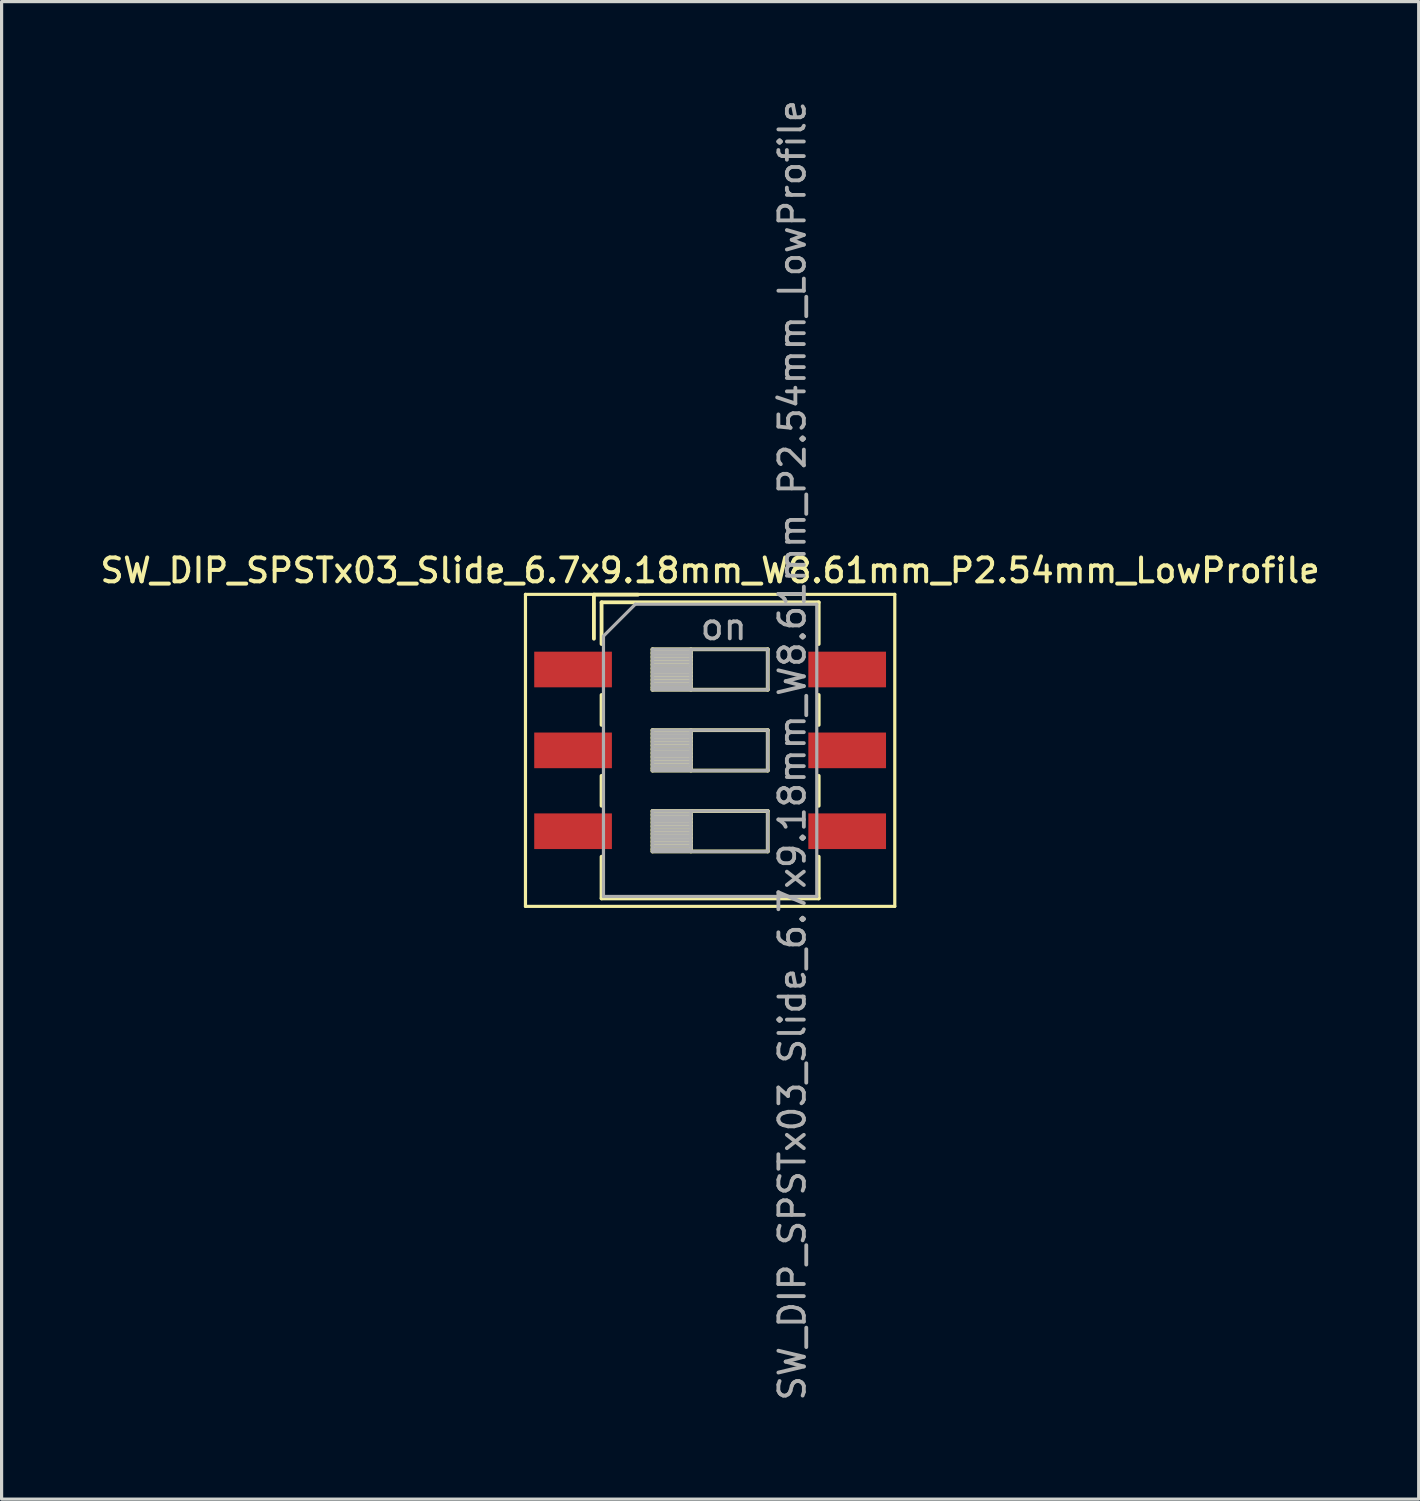
<source format=kicad_pcb>
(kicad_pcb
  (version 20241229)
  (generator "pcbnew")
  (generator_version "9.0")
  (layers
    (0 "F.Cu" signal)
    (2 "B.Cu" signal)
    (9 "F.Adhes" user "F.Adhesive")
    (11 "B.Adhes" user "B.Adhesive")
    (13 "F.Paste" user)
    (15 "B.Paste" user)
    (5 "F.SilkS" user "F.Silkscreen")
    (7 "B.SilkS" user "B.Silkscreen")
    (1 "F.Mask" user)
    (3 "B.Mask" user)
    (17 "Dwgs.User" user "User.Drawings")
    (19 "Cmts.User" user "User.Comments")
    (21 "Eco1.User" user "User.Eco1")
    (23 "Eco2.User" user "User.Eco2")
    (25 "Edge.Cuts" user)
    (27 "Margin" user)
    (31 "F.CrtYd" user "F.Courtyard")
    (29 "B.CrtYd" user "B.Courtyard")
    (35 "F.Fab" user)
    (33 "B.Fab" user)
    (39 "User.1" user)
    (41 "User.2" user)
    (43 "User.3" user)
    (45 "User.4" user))
  (footprint "SW_DIP_SPSTx03_Slide_6.7x9.18mm_W8.61mm_P2.54mm_LowProfile"
    (layer "F.Cu")
    (at 19.255 20.519)
    (property "Reference" "SW_DIP_SPSTx03_Slide_6.7x9.18mm_W8.61mm_P2.54mm_LowProfile" (at 0 -5.65 0) (layer "F.SilkS") (effects (font (size 0.75 0.75) (thickness 0.125))))
    (attr smd)
    (fp_line (start -5.8 -4.9) (end -5.8 4.9) (stroke (width 0.1) (type solid)) (layer "F.SilkS"))
    (fp_line (start -5.8 4.9) (end 5.8 4.9) (stroke (width 0.1) (type solid)) (layer "F.SilkS"))
    (fp_line (start -3.65 -4.89) (end -3.65 -3.507) (stroke (width 0.12) (type solid)) (layer "F.SilkS"))
    (fp_line (start -3.65 -4.89) (end -2.267 -4.89) (stroke (width 0.12) (type solid)) (layer "F.SilkS"))
    (fp_line (start -3.41 -4.65) (end -3.41 -3.34) (stroke (width 0.12) (type solid)) (layer "F.SilkS"))
    (fp_line (start -3.41 -4.65) (end 3.41 -4.65) (stroke (width 0.12) (type solid)) (layer "F.SilkS"))
    (fp_line (start -3.41 -1.74) (end -3.41 -0.8) (stroke (width 0.12) (type solid)) (layer "F.SilkS"))
    (fp_line (start -3.41 0.8) (end -3.41 1.74) (stroke (width 0.12) (type solid)) (layer "F.SilkS"))
    (fp_line (start -3.41 3.34) (end -3.41 4.65) (stroke (width 0.12) (type solid)) (layer "F.SilkS"))
    (fp_line (start -3.41 4.65) (end 3.41 4.65) (stroke (width 0.12) (type solid)) (layer "F.SilkS"))
    (fp_line (start -1.81 -3.175) (end -1.81 -1.905) (stroke (width 0.12) (type solid)) (layer "F.SilkS"))
    (fp_line (start -1.81 -3.055) (end -0.603 -3.055) (stroke (width 0.12) (type solid)) (layer "F.SilkS"))
    (fp_line (start -1.81 -2.935) (end -0.603 -2.935) (stroke (width 0.12) (type solid)) (layer "F.SilkS"))
    (fp_line (start -1.81 -2.815) (end -0.603 -2.815) (stroke (width 0.12) (type solid)) (layer "F.SilkS"))
    (fp_line (start -1.81 -2.695) (end -0.603 -2.695) (stroke (width 0.12) (type solid)) (layer "F.SilkS"))
    (fp_line (start -1.81 -2.575) (end -0.603 -2.575) (stroke (width 0.12) (type solid)) (layer "F.SilkS"))
    (fp_line (start -1.81 -2.455) (end -0.603 -2.455) (stroke (width 0.12) (type solid)) (layer "F.SilkS"))
    (fp_line (start -1.81 -2.335) (end -0.603 -2.335) (stroke (width 0.12) (type solid)) (layer "F.SilkS"))
    (fp_line (start -1.81 -2.215) (end -0.603 -2.215) (stroke (width 0.12) (type solid)) (layer "F.SilkS"))
    (fp_line (start -1.81 -2.095) (end -0.603 -2.095) (stroke (width 0.12) (type solid)) (layer "F.SilkS"))
    (fp_line (start -1.81 -1.975) (end -0.603 -1.975) (stroke (width 0.12) (type solid)) (layer "F.SilkS"))
    (fp_line (start -1.81 -1.905) (end 1.81 -1.905) (stroke (width 0.12) (type solid)) (layer "F.SilkS"))
    (fp_line (start -1.81 -0.635) (end -1.81 0.635) (stroke (width 0.12) (type solid)) (layer "F.SilkS"))
    (fp_line (start -1.81 -0.515) (end -0.603 -0.515) (stroke (width 0.12) (type solid)) (layer "F.SilkS"))
    (fp_line (start -1.81 -0.395) (end -0.603 -0.395) (stroke (width 0.12) (type solid)) (layer "F.SilkS"))
    (fp_line (start -1.81 -0.275) (end -0.603 -0.275) (stroke (width 0.12) (type solid)) (layer "F.SilkS"))
    (fp_line (start -1.81 -0.155) (end -0.603 -0.155) (stroke (width 0.12) (type solid)) (layer "F.SilkS"))
    (fp_line (start -1.81 -0.035) (end -0.603 -0.035) (stroke (width 0.12) (type solid)) (layer "F.SilkS"))
    (fp_line (start -1.81 0.085) (end -0.603 0.085) (stroke (width 0.12) (type solid)) (layer "F.SilkS"))
    (fp_line (start -1.81 0.205) (end -0.603 0.205) (stroke (width 0.12) (type solid)) (layer "F.SilkS"))
    (fp_line (start -1.81 0.325) (end -0.603 0.325) (stroke (width 0.12) (type solid)) (layer "F.SilkS"))
    (fp_line (start -1.81 0.445) (end -0.603 0.445) (stroke (width 0.12) (type solid)) (layer "F.SilkS"))
    (fp_line (start -1.81 0.565) (end -0.603 0.565) (stroke (width 0.12) (type solid)) (layer "F.SilkS"))
    (fp_line (start -1.81 0.635) (end 1.81 0.635) (stroke (width 0.12) (type solid)) (layer "F.SilkS"))
    (fp_line (start -1.81 1.905) (end -1.81 3.175) (stroke (width 0.12) (type solid)) (layer "F.SilkS"))
    (fp_line (start -1.81 2.025) (end -0.603 2.025) (stroke (width 0.12) (type solid)) (layer "F.SilkS"))
    (fp_line (start -1.81 2.145) (end -0.603 2.145) (stroke (width 0.12) (type solid)) (layer "F.SilkS"))
    (fp_line (start -1.81 2.265) (end -0.603 2.265) (stroke (width 0.12) (type solid)) (layer "F.SilkS"))
    (fp_line (start -1.81 2.385) (end -0.603 2.385) (stroke (width 0.12) (type solid)) (layer "F.SilkS"))
    (fp_line (start -1.81 2.505) (end -0.603 2.505) (stroke (width 0.12) (type solid)) (layer "F.SilkS"))
    (fp_line (start -1.81 2.625) (end -0.603 2.625) (stroke (width 0.12) (type solid)) (layer "F.SilkS"))
    (fp_line (start -1.81 2.745) (end -0.603 2.745) (stroke (width 0.12) (type solid)) (layer "F.SilkS"))
    (fp_line (start -1.81 2.865) (end -0.603 2.865) (stroke (width 0.12) (type solid)) (layer "F.SilkS"))
    (fp_line (start -1.81 2.985) (end -0.603 2.985) (stroke (width 0.12) (type solid)) (layer "F.SilkS"))
    (fp_line (start -1.81 3.105) (end -0.603 3.105) (stroke (width 0.12) (type solid)) (layer "F.SilkS"))
    (fp_line (start -1.81 3.175) (end 1.81 3.175) (stroke (width 0.12) (type solid)) (layer "F.SilkS"))
    (fp_line (start -0.603 -3.175) (end -0.603 -1.905) (stroke (width 0.12) (type solid)) (layer "F.SilkS"))
    (fp_line (start -0.603 -0.635) (end -0.603 0.635) (stroke (width 0.12) (type solid)) (layer "F.SilkS"))
    (fp_line (start -0.603 1.905) (end -0.603 3.175) (stroke (width 0.12) (type solid)) (layer "F.SilkS"))
    (fp_line (start 1.81 -3.175) (end -1.81 -3.175) (stroke (width 0.12) (type solid)) (layer "F.SilkS"))
    (fp_line (start 1.81 -1.905) (end 1.81 -3.175) (stroke (width 0.12) (type solid)) (layer "F.SilkS"))
    (fp_line (start 1.81 -0.635) (end -1.81 -0.635) (stroke (width 0.12) (type solid)) (layer "F.SilkS"))
    (fp_line (start 1.81 0.635) (end 1.81 -0.635) (stroke (width 0.12) (type solid)) (layer "F.SilkS"))
    (fp_line (start 1.81 1.905) (end -1.81 1.905) (stroke (width 0.12) (type solid)) (layer "F.SilkS"))
    (fp_line (start 1.81 3.175) (end 1.81 1.905) (stroke (width 0.12) (type solid)) (layer "F.SilkS"))
    (fp_line (start 3.41 -4.65) (end 3.41 -3.34) (stroke (width 0.12) (type solid)) (layer "F.SilkS"))
    (fp_line (start 3.41 -1.74) (end 3.41 -0.8) (stroke (width 0.12) (type solid)) (layer "F.SilkS"))
    (fp_line (start 3.41 0.8) (end 3.41 1.74) (stroke (width 0.12) (type solid)) (layer "F.SilkS"))
    (fp_line (start 3.41 3.34) (end 3.41 4.65) (stroke (width 0.12) (type solid)) (layer "F.SilkS"))
    (fp_line (start 5.8 -4.9) (end -5.8 -4.9) (stroke (width 0.1) (type solid)) (layer "F.SilkS"))
    (fp_line (start 5.8 4.9) (end 5.8 -4.9) (stroke (width 0.1) (type solid)) (layer "F.SilkS"))
    (fp_line (start -3.35 -3.59) (end -2.35 -4.59) (stroke (width 0.1) (type solid)) (layer "F.Fab"))
    (fp_line (start -3.35 4.59) (end -3.35 -3.59) (stroke (width 0.1) (type solid)) (layer "F.Fab"))
    (fp_line (start -2.35 -4.59) (end 3.35 -4.59) (stroke (width 0.1) (type solid)) (layer "F.Fab"))
    (fp_line (start -1.81 -3.175) (end -1.81 -1.905) (stroke (width 0.1) (type solid)) (layer "F.Fab"))
    (fp_line (start -1.81 -3.075) (end -0.603 -3.075) (stroke (width 0.1) (type solid)) (layer "F.Fab"))
    (fp_line (start -1.81 -2.975) (end -0.603 -2.975) (stroke (width 0.1) (type solid)) (layer "F.Fab"))
    (fp_line (start -1.81 -2.875) (end -0.603 -2.875) (stroke (width 0.1) (type solid)) (layer "F.Fab"))
    (fp_line (start -1.81 -2.775) (end -0.603 -2.775) (stroke (width 0.1) (type solid)) (layer "F.Fab"))
    (fp_line (start -1.81 -2.675) (end -0.603 -2.675) (stroke (width 0.1) (type solid)) (layer "F.Fab"))
    (fp_line (start -1.81 -2.575) (end -0.603 -2.575) (stroke (width 0.1) (type solid)) (layer "F.Fab"))
    (fp_line (start -1.81 -2.475) (end -0.603 -2.475) (stroke (width 0.1) (type solid)) (layer "F.Fab"))
    (fp_line (start -1.81 -2.375) (end -0.603 -2.375) (stroke (width 0.1) (type solid)) (layer "F.Fab"))
    (fp_line (start -1.81 -2.275) (end -0.603 -2.275) (stroke (width 0.1) (type solid)) (layer "F.Fab"))
    (fp_line (start -1.81 -2.175) (end -0.603 -2.175) (stroke (width 0.1) (type solid)) (layer "F.Fab"))
    (fp_line (start -1.81 -2.075) (end -0.603 -2.075) (stroke (width 0.1) (type solid)) (layer "F.Fab"))
    (fp_line (start -1.81 -1.975) (end -0.603 -1.975) (stroke (width 0.1) (type solid)) (layer "F.Fab"))
    (fp_line (start -1.81 -1.905) (end 1.81 -1.905) (stroke (width 0.1) (type solid)) (layer "F.Fab"))
    (fp_line (start -1.81 -0.635) (end -1.81 0.635) (stroke (width 0.1) (type solid)) (layer "F.Fab"))
    (fp_line (start -1.81 -0.535) (end -0.603 -0.535) (stroke (width 0.1) (type solid)) (layer "F.Fab"))
    (fp_line (start -1.81 -0.435) (end -0.603 -0.435) (stroke (width 0.1) (type solid)) (layer "F.Fab"))
    (fp_line (start -1.81 -0.335) (end -0.603 -0.335) (stroke (width 0.1) (type solid)) (layer "F.Fab"))
    (fp_line (start -1.81 -0.235) (end -0.603 -0.235) (stroke (width 0.1) (type solid)) (layer "F.Fab"))
    (fp_line (start -1.81 -0.135) (end -0.603 -0.135) (stroke (width 0.1) (type solid)) (layer "F.Fab"))
    (fp_line (start -1.81 -0.035) (end -0.603 -0.035) (stroke (width 0.1) (type solid)) (layer "F.Fab"))
    (fp_line (start -1.81 0.065) (end -0.603 0.065) (stroke (width 0.1) (type solid)) (layer "F.Fab"))
    (fp_line (start -1.81 0.165) (end -0.603 0.165) (stroke (width 0.1) (type solid)) (layer "F.Fab"))
    (fp_line (start -1.81 0.265) (end -0.603 0.265) (stroke (width 0.1) (type solid)) (layer "F.Fab"))
    (fp_line (start -1.81 0.365) (end -0.603 0.365) (stroke (width 0.1) (type solid)) (layer "F.Fab"))
    (fp_line (start -1.81 0.465) (end -0.603 0.465) (stroke (width 0.1) (type solid)) (layer "F.Fab"))
    (fp_line (start -1.81 0.565) (end -0.603 0.565) (stroke (width 0.1) (type solid)) (layer "F.Fab"))
    (fp_line (start -1.81 0.635) (end 1.81 0.635) (stroke (width 0.1) (type solid)) (layer "F.Fab"))
    (fp_line (start -1.81 1.905) (end -1.81 3.175) (stroke (width 0.1) (type solid)) (layer "F.Fab"))
    (fp_line (start -1.81 2.005) (end -0.603 2.005) (stroke (width 0.1) (type solid)) (layer "F.Fab"))
    (fp_line (start -1.81 2.105) (end -0.603 2.105) (stroke (width 0.1) (type solid)) (layer "F.Fab"))
    (fp_line (start -1.81 2.205) (end -0.603 2.205) (stroke (width 0.1) (type solid)) (layer "F.Fab"))
    (fp_line (start -1.81 2.305) (end -0.603 2.305) (stroke (width 0.1) (type solid)) (layer "F.Fab"))
    (fp_line (start -1.81 2.405) (end -0.603 2.405) (stroke (width 0.1) (type solid)) (layer "F.Fab"))
    (fp_line (start -1.81 2.505) (end -0.603 2.505) (stroke (width 0.1) (type solid)) (layer "F.Fab"))
    (fp_line (start -1.81 2.605) (end -0.603 2.605) (stroke (width 0.1) (type solid)) (layer "F.Fab"))
    (fp_line (start -1.81 2.705) (end -0.603 2.705) (stroke (width 0.1) (type solid)) (layer "F.Fab"))
    (fp_line (start -1.81 2.805) (end -0.603 2.805) (stroke (width 0.1) (type solid)) (layer "F.Fab"))
    (fp_line (start -1.81 2.905) (end -0.603 2.905) (stroke (width 0.1) (type solid)) (layer "F.Fab"))
    (fp_line (start -1.81 3.005) (end -0.603 3.005) (stroke (width 0.1) (type solid)) (layer "F.Fab"))
    (fp_line (start -1.81 3.105) (end -0.603 3.105) (stroke (width 0.1) (type solid)) (layer "F.Fab"))
    (fp_line (start -1.81 3.175) (end 1.81 3.175) (stroke (width 0.1) (type solid)) (layer "F.Fab"))
    (fp_line (start -0.603 -3.175) (end -0.603 -1.905) (stroke (width 0.1) (type solid)) (layer "F.Fab"))
    (fp_line (start -0.603 -0.635) (end -0.603 0.635) (stroke (width 0.1) (type solid)) (layer "F.Fab"))
    (fp_line (start -0.603 1.905) (end -0.603 3.175) (stroke (width 0.1) (type solid)) (layer "F.Fab"))
    (fp_line (start 1.81 -3.175) (end -1.81 -3.175) (stroke (width 0.1) (type solid)) (layer "F.Fab"))
    (fp_line (start 1.81 -1.905) (end 1.81 -3.175) (stroke (width 0.1) (type solid)) (layer "F.Fab"))
    (fp_line (start 1.81 -0.635) (end -1.81 -0.635) (stroke (width 0.1) (type solid)) (layer "F.Fab"))
    (fp_line (start 1.81 0.635) (end 1.81 -0.635) (stroke (width 0.1) (type solid)) (layer "F.Fab"))
    (fp_line (start 1.81 1.905) (end -1.81 1.905) (stroke (width 0.1) (type solid)) (layer "F.Fab"))
    (fp_line (start 1.81 3.175) (end 1.81 1.905) (stroke (width 0.1) (type solid)) (layer "F.Fab"))
    (fp_line (start 3.35 -4.59) (end 3.35 4.59) (stroke (width 0.1) (type solid)) (layer "F.Fab"))
    (fp_line (start 3.35 4.59) (end -3.35 4.59) (stroke (width 0.1) (type solid)) (layer "F.Fab"))
    (fp_text user "on" (at 0.427 -3.882 0) (layer "F.Fab") (effects (font (size 0.8 0.8) (thickness 0.12))))
    (fp_text user "${REFERENCE}" (at 2.58 0 90) (layer "F.Fab") (effects (font (size 0.8 0.8) (thickness 0.12))))
    (pad "1" smd rect (at -4.305 -2.54) (size 2.44 1.12) (layers "F.Cu" "F.Mask" "F.Paste"))
    (pad "2" smd rect (at -4.305 0) (size 2.44 1.12) (layers "F.Cu" "F.Mask" "F.Paste"))
    (pad "3" smd rect (at -4.305 2.54) (size 2.44 1.12) (layers "F.Cu" "F.Mask" "F.Paste"))
    (pad "4" smd rect (at 4.305 2.54) (size 2.44 1.12) (layers "F.Cu" "F.Mask" "F.Paste"))
    (pad "5" smd rect (at 4.305 0) (size 2.44 1.12) (layers "F.Cu" "F.Mask" "F.Paste"))
    (pad "6" smd rect (at 4.305 -2.54) (size 2.44 1.12) (layers "F.Cu" "F.Mask" "F.Paste")))
  (gr_rect
    (start -3 -3)
    (end 41.511 44.038)
    (stroke (width 0.1) (type default))
    (fill no)
    (layer "Edge.Cuts")))
</source>
